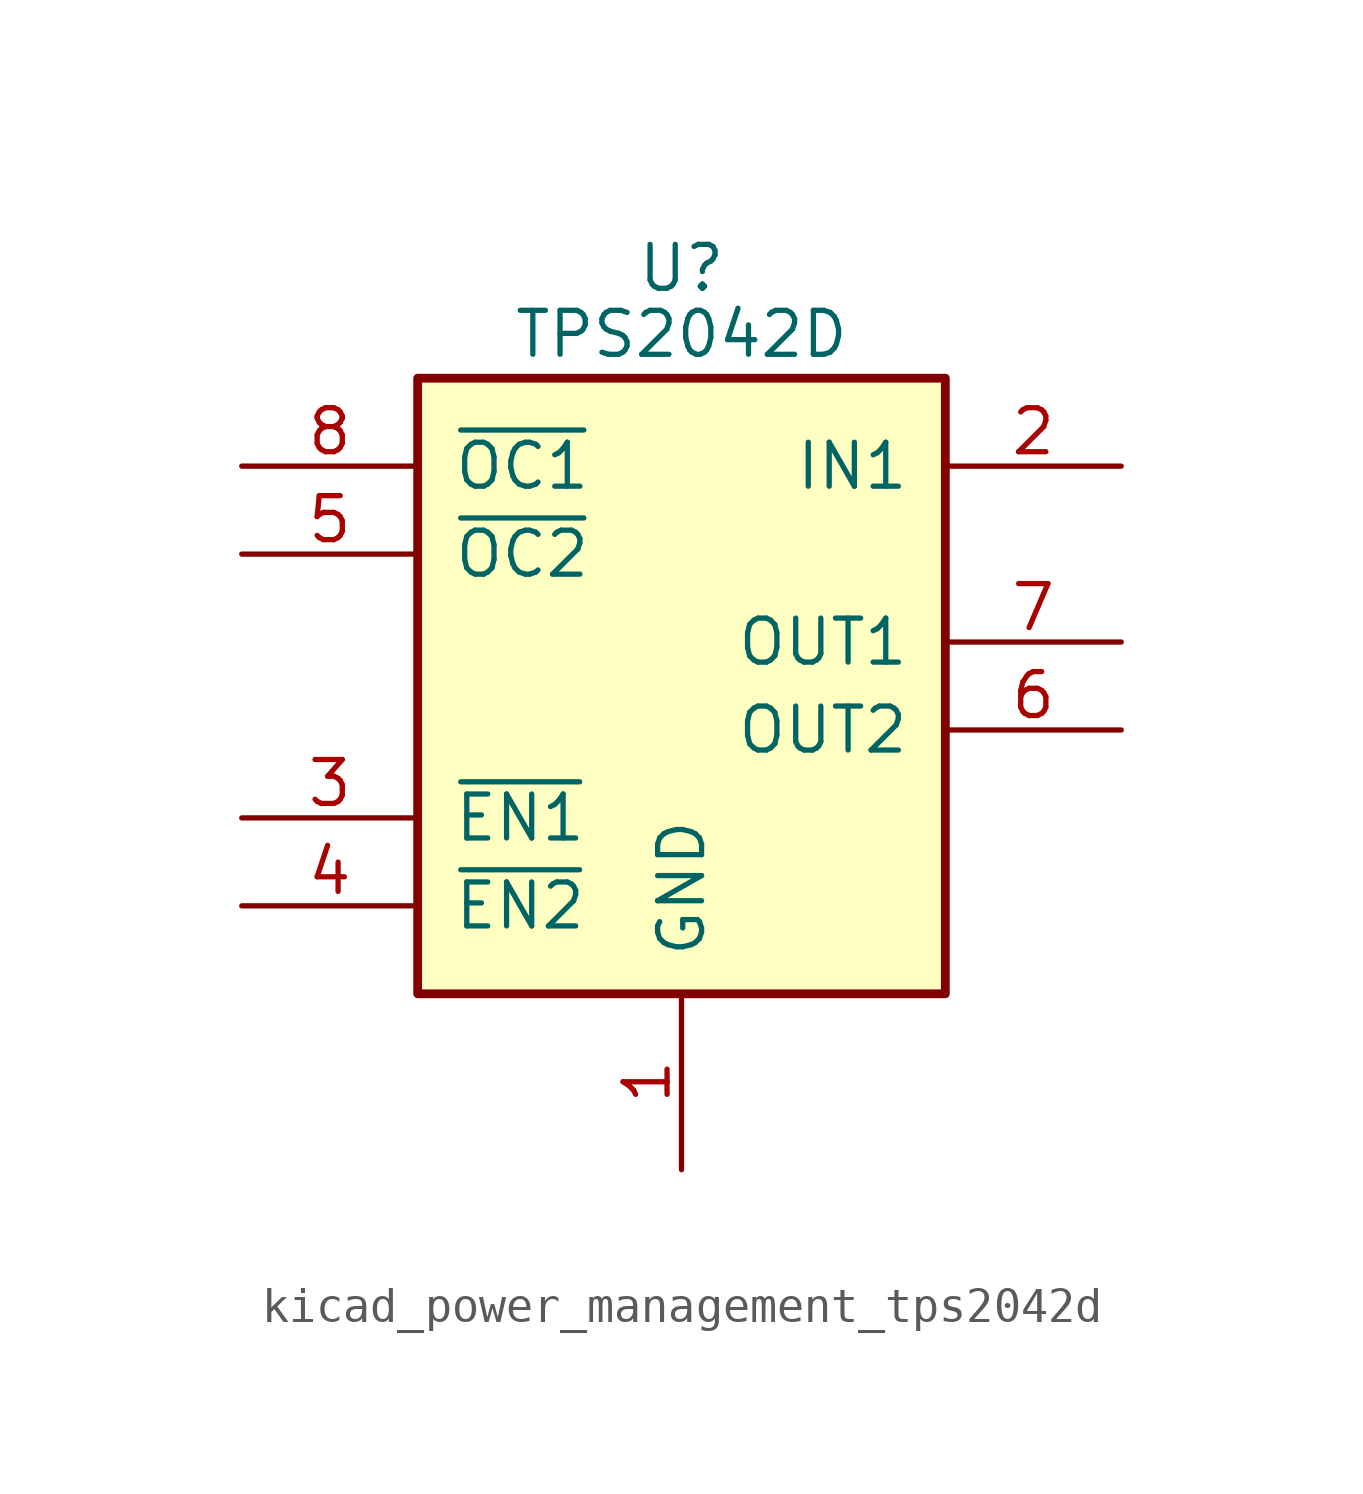
<source format=kicad_sym>
(kicad_symbol_lib
  (version 20220914)
  (generator kicad_symbol_editor)
  (symbol "kicad_power_management_tps2042d"
    (pin_names
      (offset 1.016))
    (property "Reference" "U"
      (at 0 10.795 0)
      (effects (font (size 1.27 1.27))))
    (property "Value" "TPS2042D"
      (at 0 8.89 0)
      (effects (font (size 1.27 1.27))))
    (symbol "kicad_power_management_tps2042d_0_1"
      (rectangle (start -7.62 7.62) (end 7.62 -10.16) (stroke (width 0.254) (type default)) (fill (type background))))
    (symbol "kicad_power_management_tps2042d_1_1"
      (pin power_in line (at 0 -15.24 90) (length 5.08) (name "GND" (effects (font (size 1.27 1.27)))) (number "1" (effects (font (size 1.27 1.27)))))
      (pin power_in line (at 12.7 5.08 180) (length 5.08) (name "IN1" (effects (font (size 1.27 1.27)))) (number "2" (effects (font (size 1.27 1.27)))))
      (pin input line (at -12.7 -5.08 0) (length 5.08) (name "~{EN1}" (effects (font (size 1.27 1.27)))) (number "3" (effects (font (size 1.27 1.27)))))
      (pin input line (at -12.7 -7.62 0) (length 5.08) (name "~{EN2}" (effects (font (size 1.27 1.27)))) (number "4" (effects (font (size 1.27 1.27)))))
      (pin open_collector line (at -12.7 2.54 0) (length 5.08) (name "~{OC2}" (effects (font (size 1.27 1.27)))) (number "5" (effects (font (size 1.27 1.27)))))
      (pin power_out line (at 12.7 -2.54 180) (length 5.08) (name "OUT2" (effects (font (size 1.27 1.27)))) (number "6" (effects (font (size 1.27 1.27)))))
      (pin power_out line (at 12.7 0 180) (length 5.08) (name "OUT1" (effects (font (size 1.27 1.27)))) (number "7" (effects (font (size 1.27 1.27)))))
      (pin open_collector line (at -12.7 5.08 0) (length 5.08) (name "~{OC1}" (effects (font (size 1.27 1.27)))) (number "8" (effects (font (size 1.27 1.27))))))))
</source>
